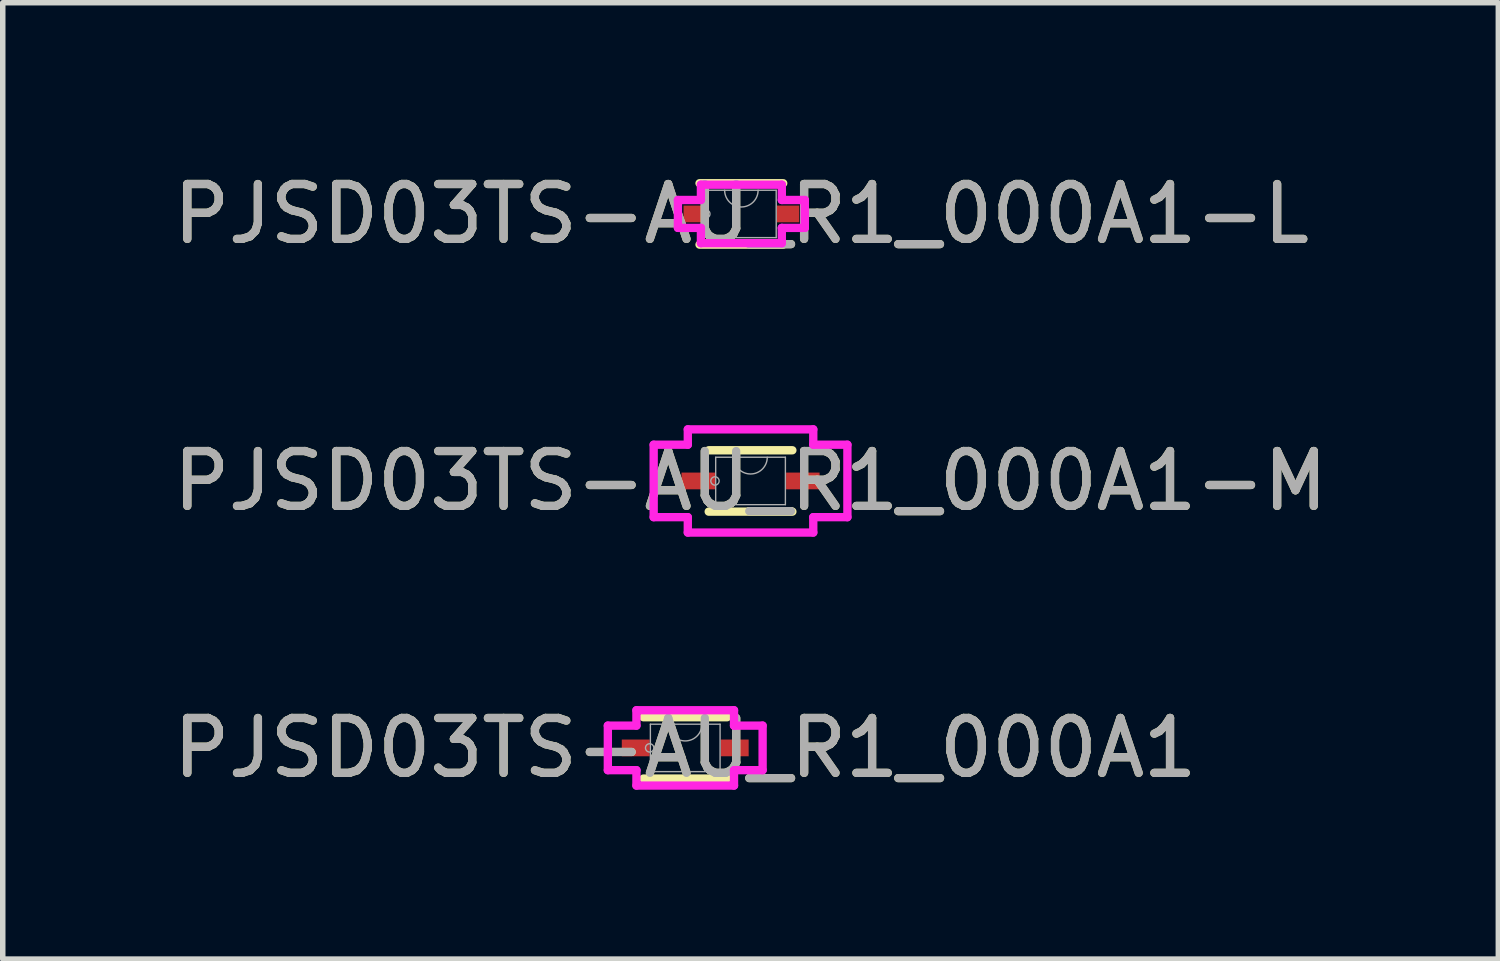
<source format=kicad_pcb>
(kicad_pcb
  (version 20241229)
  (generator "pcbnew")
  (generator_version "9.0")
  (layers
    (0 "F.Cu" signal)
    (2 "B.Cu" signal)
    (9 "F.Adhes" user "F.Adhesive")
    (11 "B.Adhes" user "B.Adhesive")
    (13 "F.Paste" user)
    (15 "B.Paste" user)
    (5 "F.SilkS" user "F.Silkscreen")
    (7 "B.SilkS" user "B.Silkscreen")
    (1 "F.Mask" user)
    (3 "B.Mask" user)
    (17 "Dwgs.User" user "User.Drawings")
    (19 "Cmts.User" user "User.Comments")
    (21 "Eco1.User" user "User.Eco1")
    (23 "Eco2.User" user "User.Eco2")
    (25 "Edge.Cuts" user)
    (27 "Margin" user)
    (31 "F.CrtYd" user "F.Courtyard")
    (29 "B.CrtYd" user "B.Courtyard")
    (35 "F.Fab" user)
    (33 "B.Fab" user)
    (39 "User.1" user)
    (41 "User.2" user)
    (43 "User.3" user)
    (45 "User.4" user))
  (footprint "PJSD03TS-AU_R1_000A1-M"
    (layer "F.Cu")
    (at 10.625 5.713)
    (property "Reference" "PJSD03TS-AU_R1_000A1-M" (at 0 0 0) (unlocked yes) (layer "F.SilkS") (effects (font (size 1 1) (thickness 0.15))))
    (attr smd)
    (fp_line (start -0.762 0.559) (end 0.762 0.559) (stroke (width 0.152) (type solid)) (layer "F.SilkS"))
    (fp_line (start 0.762 -0.559) (end -0.762 -0.559) (stroke (width 0.152) (type solid)) (layer "F.SilkS"))
    (fp_line (start -1.765 -0.66) (end -1.143 -0.66) (stroke (width 0.152) (type solid)) (layer "F.CrtYd"))
    (fp_line (start -1.765 0.66) (end -1.765 -0.66) (stroke (width 0.152) (type solid)) (layer "F.CrtYd"))
    (fp_line (start -1.765 0.66) (end -1.143 0.66) (stroke (width 0.152) (type solid)) (layer "F.CrtYd"))
    (fp_line (start -1.143 -0.94) (end 1.143 -0.94) (stroke (width 0.152) (type solid)) (layer "F.CrtYd"))
    (fp_line (start -1.143 -0.66) (end -1.143 -0.94) (stroke (width 0.152) (type solid)) (layer "F.CrtYd"))
    (fp_line (start -1.143 0.94) (end -1.143 0.66) (stroke (width 0.152) (type solid)) (layer "F.CrtYd"))
    (fp_line (start 1.143 -0.94) (end 1.143 -0.66) (stroke (width 0.152) (type solid)) (layer "F.CrtYd"))
    (fp_line (start 1.143 0.66) (end 1.143 0.94) (stroke (width 0.152) (type solid)) (layer "F.CrtYd"))
    (fp_line (start 1.143 0.94) (end -1.143 0.94) (stroke (width 0.152) (type solid)) (layer "F.CrtYd"))
    (fp_line (start 1.765 -0.66) (end 1.143 -0.66) (stroke (width 0.152) (type solid)) (layer "F.CrtYd"))
    (fp_line (start 1.765 -0.66) (end 1.765 0.66) (stroke (width 0.152) (type solid)) (layer "F.CrtYd"))
    (fp_line (start 1.765 0.66) (end 1.143 0.66) (stroke (width 0.152) (type solid)) (layer "F.CrtYd"))
    (fp_line (start -0.635 -0.432) (end -0.635 0.432) (stroke (width 0.025) (type solid)) (layer "F.Fab"))
    (fp_line (start -0.635 0.432) (end 0.635 0.432) (stroke (width 0.025) (type solid)) (layer "F.Fab"))
    (fp_line (start 0.635 -0.432) (end -0.635 -0.432) (stroke (width 0.025) (type solid)) (layer "F.Fab"))
    (fp_line (start 0.635 0.432) (end 0.635 -0.432) (stroke (width 0.025) (type solid)) (layer "F.Fab"))
    (fp_arc (start 0.3048 -0.4318) (mid 0 -0.127) (end -0.3048 -0.4318) (stroke (width 0.0254) (type solid)) (layer "F.Fab"))
    (fp_circle (center -0.648 0) (end -0.572 0) (stroke (width 0.025) (type solid)) (fill no) (layer "F.Fab"))
    (fp_text user "${REFERENCE}" (at 0 0 0) (unlocked yes) (layer "F.Fab") (effects (font (size 1 1) (thickness 0.15))))
    (pad "1" smd rect (at -0.953 0) (size 0.61 0.305) (layers "F.Cu" "F.Mask" "F.Paste"))
    (pad "2" smd rect (at 0.953 0) (size 0.61 0.305) (layers "F.Cu" "F.Mask" "F.Paste")))
  (footprint "PJSD03TS-AU_R1_000A1"
    (layer "F.Cu")
    (at 9.435 10.577)
    (property "Reference" "PJSD03TS-AU_R1_000A1" (at 0 0 0) (unlocked yes) (layer "F.SilkS") (effects (font (size 1 1) (thickness 0.15))))
    (attr smd)
    (fp_line (start -0.762 0.559) (end 0.762 0.559) (stroke (width 0.152) (type solid)) (layer "F.SilkS"))
    (fp_line (start 0.762 -0.559) (end -0.762 -0.559) (stroke (width 0.152) (type solid)) (layer "F.SilkS"))
    (fp_line (start -1.41 -0.406) (end -0.889 -0.406) (stroke (width 0.152) (type solid)) (layer "F.CrtYd"))
    (fp_line (start -1.41 0.406) (end -1.41 -0.406) (stroke (width 0.152) (type solid)) (layer "F.CrtYd"))
    (fp_line (start -1.41 0.406) (end -0.889 0.406) (stroke (width 0.152) (type solid)) (layer "F.CrtYd"))
    (fp_line (start -0.889 -0.686) (end 0.889 -0.686) (stroke (width 0.152) (type solid)) (layer "F.CrtYd"))
    (fp_line (start -0.889 -0.406) (end -0.889 -0.686) (stroke (width 0.152) (type solid)) (layer "F.CrtYd"))
    (fp_line (start -0.889 0.686) (end -0.889 0.406) (stroke (width 0.152) (type solid)) (layer "F.CrtYd"))
    (fp_line (start 0.889 -0.686) (end 0.889 -0.406) (stroke (width 0.152) (type solid)) (layer "F.CrtYd"))
    (fp_line (start 0.889 0.406) (end 0.889 0.686) (stroke (width 0.152) (type solid)) (layer "F.CrtYd"))
    (fp_line (start 0.889 0.686) (end -0.889 0.686) (stroke (width 0.152) (type solid)) (layer "F.CrtYd"))
    (fp_line (start 1.41 -0.406) (end 0.889 -0.406) (stroke (width 0.152) (type solid)) (layer "F.CrtYd"))
    (fp_line (start 1.41 -0.406) (end 1.41 0.406) (stroke (width 0.152) (type solid)) (layer "F.CrtYd"))
    (fp_line (start 1.41 0.406) (end 0.889 0.406) (stroke (width 0.152) (type solid)) (layer "F.CrtYd"))
    (fp_line (start -0.635 -0.432) (end -0.635 0.432) (stroke (width 0.025) (type solid)) (layer "F.Fab"))
    (fp_line (start -0.635 0.432) (end 0.635 0.432) (stroke (width 0.025) (type solid)) (layer "F.Fab"))
    (fp_line (start 0.635 -0.432) (end -0.635 -0.432) (stroke (width 0.025) (type solid)) (layer "F.Fab"))
    (fp_line (start 0.635 0.432) (end 0.635 -0.432) (stroke (width 0.025) (type solid)) (layer "F.Fab"))
    (fp_arc (start 0.3048 -0.4318) (mid 0 -0.127) (end -0.3048 -0.4318) (stroke (width 0.0254) (type solid)) (layer "F.Fab"))
    (fp_circle (center -0.648 0) (end -0.572 0) (stroke (width 0.025) (type solid)) (fill no) (layer "F.Fab"))
    (fp_text user "${REFERENCE}" (at 0 0 0) (unlocked yes) (layer "F.Fab") (effects (font (size 1 1) (thickness 0.15))))
    (pad "1" smd rect (at -0.902 0) (size 0.508 0.305) (layers "F.Cu" "F.Mask" "F.Paste"))
    (pad "2" smd rect (at 0.902 0) (size 0.508 0.305) (layers "F.Cu" "F.Mask" "F.Paste")))
  (footprint "PJSD03TS-AU_R1_000A1-L"
    (layer "F.Cu")
    (at 10.458 0.848)
    (property "Reference" "PJSD03TS-AU_R1_000A1-L" (at 0 0 0) (unlocked yes) (layer "F.SilkS") (effects (font (size 1 1) (thickness 0.15))))
    (attr smd)
    (fp_line (start -0.762 0.559) (end 0.762 0.559) (stroke (width 0.152) (type solid)) (layer "F.SilkS"))
    (fp_line (start 0.762 -0.559) (end -0.762 -0.559) (stroke (width 0.152) (type solid)) (layer "F.SilkS"))
    (fp_line (start -1.156 -0.254) (end -0.737 -0.254) (stroke (width 0.152) (type solid)) (layer "F.CrtYd"))
    (fp_line (start -1.156 0.254) (end -1.156 -0.254) (stroke (width 0.152) (type solid)) (layer "F.CrtYd"))
    (fp_line (start -1.156 0.254) (end -0.737 0.254) (stroke (width 0.152) (type solid)) (layer "F.CrtYd"))
    (fp_line (start -0.737 -0.533) (end 0.737 -0.533) (stroke (width 0.152) (type solid)) (layer "F.CrtYd"))
    (fp_line (start -0.737 -0.254) (end -0.737 -0.533) (stroke (width 0.152) (type solid)) (layer "F.CrtYd"))
    (fp_line (start -0.737 0.533) (end -0.737 0.254) (stroke (width 0.152) (type solid)) (layer "F.CrtYd"))
    (fp_line (start 0.737 -0.533) (end 0.737 -0.254) (stroke (width 0.152) (type solid)) (layer "F.CrtYd"))
    (fp_line (start 0.737 0.254) (end 0.737 0.533) (stroke (width 0.152) (type solid)) (layer "F.CrtYd"))
    (fp_line (start 0.737 0.533) (end -0.737 0.533) (stroke (width 0.152) (type solid)) (layer "F.CrtYd"))
    (fp_line (start 1.156 -0.254) (end 0.737 -0.254) (stroke (width 0.152) (type solid)) (layer "F.CrtYd"))
    (fp_line (start 1.156 -0.254) (end 1.156 0.254) (stroke (width 0.152) (type solid)) (layer "F.CrtYd"))
    (fp_line (start 1.156 0.254) (end 0.737 0.254) (stroke (width 0.152) (type solid)) (layer "F.CrtYd"))
    (fp_line (start -0.635 -0.432) (end -0.635 0.432) (stroke (width 0.025) (type solid)) (layer "F.Fab"))
    (fp_line (start -0.635 0.432) (end 0.635 0.432) (stroke (width 0.025) (type solid)) (layer "F.Fab"))
    (fp_line (start 0.635 -0.432) (end -0.635 -0.432) (stroke (width 0.025) (type solid)) (layer "F.Fab"))
    (fp_line (start 0.635 0.432) (end 0.635 -0.432) (stroke (width 0.025) (type solid)) (layer "F.Fab"))
    (fp_arc (start 0.3048 -0.4318) (mid 0 -0.127) (end -0.3048 -0.4318) (stroke (width 0.0254) (type solid)) (layer "F.Fab"))
    (fp_circle (center -0.648 0) (end -0.572 0) (stroke (width 0.025) (type solid)) (fill no) (layer "F.Fab"))
    (fp_text user "${REFERENCE}" (at 0 0 0) (unlocked yes) (layer "F.Fab") (effects (font (size 1 1) (thickness 0.15))))
    (pad "1" smd rect (at -0.851 0) (size 0.406 0.305) (layers "F.Cu" "F.Mask" "F.Paste"))
    (pad "2" smd rect (at 0.851 0) (size 0.406 0.305) (layers "F.Cu" "F.Mask" "F.Paste")))
  (gr_rect
    (start -3 -3)
    (end 24.25 14.425)
    (stroke (width 0.1) (type default))
    (fill no)
    (layer "Edge.Cuts")))
</source>
